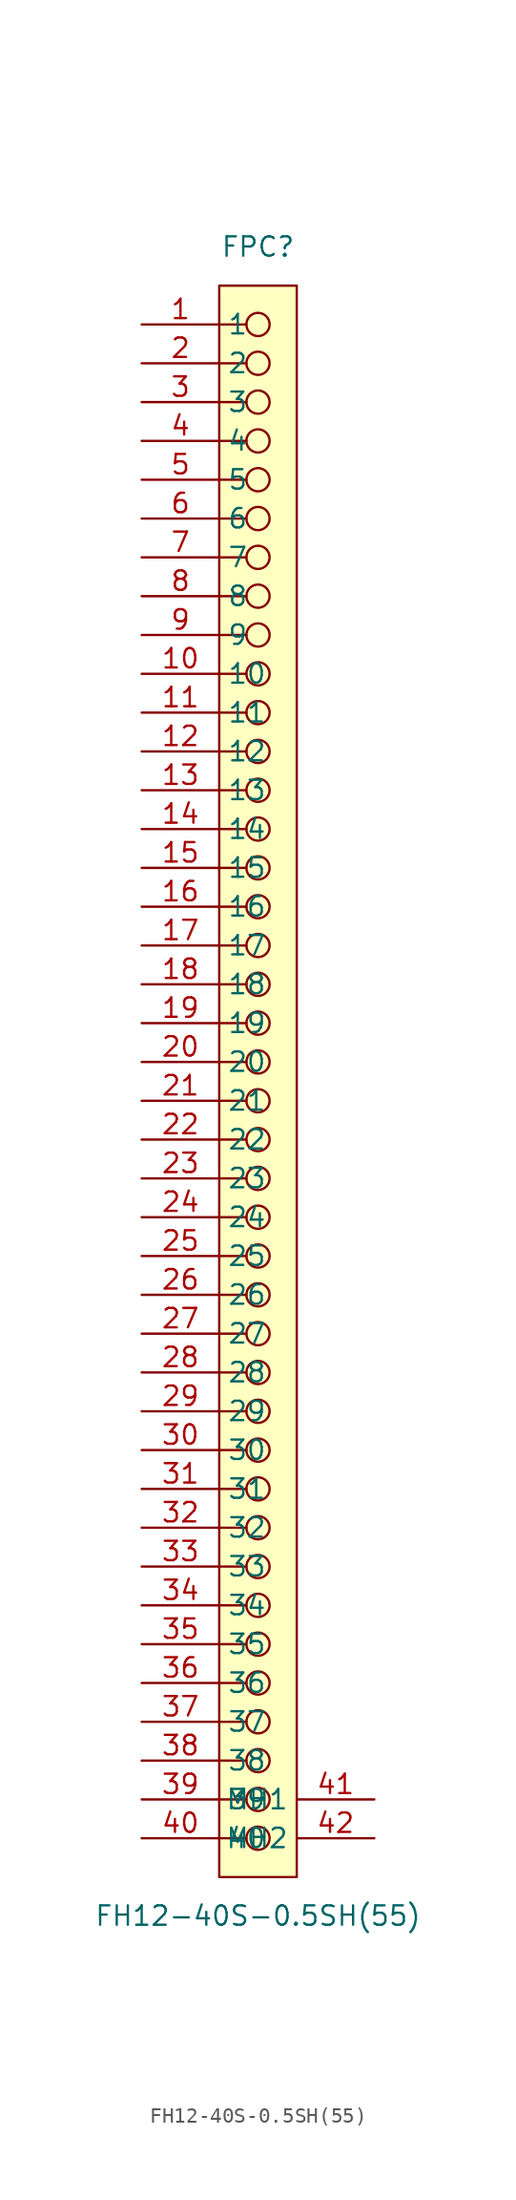
<source format=kicad_sym>
(kicad_symbol_lib
  (version 20211014)
  (generator https://github.com/uPesy/easyeda2kicad.py)
  (symbol "FH12-40S-0.5SH(55)"
    (property "Reference" "FPC"
      (at 0 54.61 0)
      (effects (font (size 1.27 1.27))))
    (property "Value" "FH12-40S-0.5SH(55)"
      (at 0 -54.61 0)
      (effects (font (size 1.27 1.27))))
    (symbol "FH12-40S-0.5SH(55)_0_1"
      (circle (center 0.00 46.99) (radius 0.76) (stroke (width 0) (type default) (color 0 0 0 0)) (fill (type none)))
      (circle (center 0.00 41.91) (radius 0.76) (stroke (width 0) (type default) (color 0 0 0 0)) (fill (type none)))
      (circle (center 0.00 44.45) (radius 0.76) (stroke (width 0) (type default) (color 0 0 0 0)) (fill (type none)))
      (circle (center 0.00 39.37) (radius 0.76) (stroke (width 0) (type default) (color 0 0 0 0)) (fill (type none)))
      (circle (center 0.00 49.53) (radius 0.76) (stroke (width 0) (type default) (color 0 0 0 0)) (fill (type none)))
      (circle (center 0.00 36.83) (radius 0.76) (stroke (width 0) (type default) (color 0 0 0 0)) (fill (type none)))
      (circle (center 0.00 31.75) (radius 0.76) (stroke (width 0) (type default) (color 0 0 0 0)) (fill (type none)))
      (circle (center 0.00 34.29) (radius 0.76) (stroke (width 0) (type default) (color 0 0 0 0)) (fill (type none)))
      (circle (center 0.00 29.21) (radius 0.76) (stroke (width 0) (type default) (color 0 0 0 0)) (fill (type none)))
      (circle (center 0.00 26.67) (radius 0.76) (stroke (width 0) (type default) (color 0 0 0 0)) (fill (type none)))
      (circle (center 0.00 24.13) (radius 0.76) (stroke (width 0) (type default) (color 0 0 0 0)) (fill (type none)))
      (circle (center 0.00 21.59) (radius 0.76) (stroke (width 0) (type default) (color 0 0 0 0)) (fill (type none)))
      (circle (center 0.00 19.05) (radius 0.76) (stroke (width 0) (type default) (color 0 0 0 0)) (fill (type none)))
      (circle (center 0.00 16.51) (radius 0.76) (stroke (width 0) (type default) (color 0 0 0 0)) (fill (type none)))
      (circle (center 0.00 13.97) (radius 0.76) (stroke (width 0) (type default) (color 0 0 0 0)) (fill (type none)))
      (circle (center 0.00 11.43) (radius 0.76) (stroke (width 0) (type default) (color 0 0 0 0)) (fill (type none)))
      (circle (center 0.00 8.89) (radius 0.76) (stroke (width 0) (type default) (color 0 0 0 0)) (fill (type none)))
      (circle (center 0.00 6.35) (radius 0.76) (stroke (width 0) (type default) (color 0 0 0 0)) (fill (type none)))
      (circle (center 0.00 3.81) (radius 0.76) (stroke (width 0) (type default) (color 0 0 0 0)) (fill (type none)))
      (circle (center 0.00 1.27) (radius 0.76) (stroke (width 0) (type default) (color 0 0 0 0)) (fill (type none)))
      (circle (center 0.00 -1.27) (radius 0.76) (stroke (width 0) (type default) (color 0 0 0 0)) (fill (type none)))
      (circle (center 0.00 -3.81) (radius 0.76) (stroke (width 0) (type default) (color 0 0 0 0)) (fill (type none)))
      (circle (center 0.00 -6.35) (radius 0.76) (stroke (width 0) (type default) (color 0 0 0 0)) (fill (type none)))
      (circle (center 0.00 -8.89) (radius 0.76) (stroke (width 0) (type default) (color 0 0 0 0)) (fill (type none)))
      (circle (center 0.00 -11.43) (radius 0.76) (stroke (width 0) (type default) (color 0 0 0 0)) (fill (type none)))
      (circle (center 0.00 -13.97) (radius 0.76) (stroke (width 0) (type default) (color 0 0 0 0)) (fill (type none)))
      (circle (center 0.00 -16.51) (radius 0.76) (stroke (width 0) (type default) (color 0 0 0 0)) (fill (type none)))
      (circle (center 0.00 -19.05) (radius 0.76) (stroke (width 0) (type default) (color 0 0 0 0)) (fill (type none)))
      (circle (center 0.00 -21.59) (radius 0.76) (stroke (width 0) (type default) (color 0 0 0 0)) (fill (type none)))
      (circle (center 0.00 -24.13) (radius 0.76) (stroke (width 0) (type default) (color 0 0 0 0)) (fill (type none)))
      (circle (center 0.00 -26.67) (radius 0.76) (stroke (width 0) (type default) (color 0 0 0 0)) (fill (type none)))
      (circle (center 0.00 -29.21) (radius 0.76) (stroke (width 0) (type default) (color 0 0 0 0)) (fill (type none)))
      (circle (center 0.00 -31.75) (radius 0.76) (stroke (width 0) (type default) (color 0 0 0 0)) (fill (type none)))
      (circle (center 0.00 -34.29) (radius 0.76) (stroke (width 0) (type default) (color 0 0 0 0)) (fill (type none)))
      (circle (center 0.00 -36.83) (radius 0.76) (stroke (width 0) (type default) (color 0 0 0 0)) (fill (type none)))
      (circle (center 0.00 -39.37) (radius 0.76) (stroke (width 0) (type default) (color 0 0 0 0)) (fill (type none)))
      (circle (center 0.00 -41.91) (radius 0.76) (stroke (width 0) (type default) (color 0 0 0 0)) (fill (type none)))
      (circle (center 0.00 -44.45) (radius 0.76) (stroke (width 0) (type default) (color 0 0 0 0)) (fill (type none)))
      (circle (center 0.00 -46.99) (radius 0.76) (stroke (width 0) (type default) (color 0 0 0 0)) (fill (type none)))
      (circle (center 0.00 -49.53) (radius 0.76) (stroke (width 0) (type default) (color 0 0 0 0)) (fill (type none)))
      (polyline (pts (xy -2.54 46.99) (xy -0.76 46.99)) (stroke (width 0) (type default) (color 0 0 0 0)) (fill (type none)))
      (polyline (pts (xy -2.54 41.91) (xy -0.76 41.91)) (stroke (width 0) (type default) (color 0 0 0 0)) (fill (type none)))
      (polyline (pts (xy -2.54 44.45) (xy -0.76 44.45)) (stroke (width 0) (type default) (color 0 0 0 0)) (fill (type none)))
      (polyline (pts (xy -2.54 39.37) (xy -0.76 39.37)) (stroke (width 0) (type default) (color 0 0 0 0)) (fill (type none)))
      (polyline (pts (xy -2.54 49.53) (xy -0.76 49.53)) (stroke (width 0) (type default) (color 0 0 0 0)) (fill (type none)))
      (polyline (pts (xy -2.54 36.83) (xy -0.76 36.83)) (stroke (width 0) (type default) (color 0 0 0 0)) (fill (type none)))
      (polyline (pts (xy -2.54 31.75) (xy -0.76 31.75)) (stroke (width 0) (type default) (color 0 0 0 0)) (fill (type none)))
      (polyline (pts (xy -2.54 34.29) (xy -0.76 34.29)) (stroke (width 0) (type default) (color 0 0 0 0)) (fill (type none)))
      (polyline (pts (xy -2.54 29.21) (xy -0.76 29.21)) (stroke (width 0) (type default) (color 0 0 0 0)) (fill (type none)))
      (polyline (pts (xy -2.54 26.67) (xy -0.76 26.67)) (stroke (width 0) (type default) (color 0 0 0 0)) (fill (type none)))
      (polyline (pts (xy -2.54 24.13) (xy -0.76 24.13)) (stroke (width 0) (type default) (color 0 0 0 0)) (fill (type none)))
      (polyline (pts (xy -2.54 21.59) (xy -0.76 21.59)) (stroke (width 0) (type default) (color 0 0 0 0)) (fill (type none)))
      (polyline (pts (xy -2.54 19.05) (xy -0.76 19.05)) (stroke (width 0) (type default) (color 0 0 0 0)) (fill (type none)))
      (polyline (pts (xy -2.54 16.51) (xy -0.76 16.51)) (stroke (width 0) (type default) (color 0 0 0 0)) (fill (type none)))
      (polyline (pts (xy -2.54 13.97) (xy -0.76 13.97)) (stroke (width 0) (type default) (color 0 0 0 0)) (fill (type none)))
      (polyline (pts (xy -2.54 11.43) (xy -0.76 11.43)) (stroke (width 0) (type default) (color 0 0 0 0)) (fill (type none)))
      (polyline (pts (xy -2.54 8.89) (xy -0.76 8.89)) (stroke (width 0) (type default) (color 0 0 0 0)) (fill (type none)))
      (polyline (pts (xy -2.54 6.35) (xy -0.76 6.35)) (stroke (width 0) (type default) (color 0 0 0 0)) (fill (type none)))
      (polyline (pts (xy -2.54 3.81) (xy -0.76 3.81)) (stroke (width 0) (type default) (color 0 0 0 0)) (fill (type none)))
      (polyline (pts (xy -2.54 1.27) (xy -0.76 1.27)) (stroke (width 0) (type default) (color 0 0 0 0)) (fill (type none)))
      (polyline (pts (xy -2.54 -1.27) (xy -0.76 -1.27)) (stroke (width 0) (type default) (color 0 0 0 0)) (fill (type none)))
      (polyline (pts (xy -2.54 -3.81) (xy -0.76 -3.81)) (stroke (width 0) (type default) (color 0 0 0 0)) (fill (type none)))
      (polyline (pts (xy -2.54 -6.35) (xy -0.76 -6.35)) (stroke (width 0) (type default) (color 0 0 0 0)) (fill (type none)))
      (polyline (pts (xy -2.54 -8.89) (xy -0.76 -8.89)) (stroke (width 0) (type default) (color 0 0 0 0)) (fill (type none)))
      (polyline (pts (xy -2.54 -11.43) (xy -0.76 -11.43)) (stroke (width 0) (type default) (color 0 0 0 0)) (fill (type none)))
      (polyline (pts (xy -2.54 -13.97) (xy -0.76 -13.97)) (stroke (width 0) (type default) (color 0 0 0 0)) (fill (type none)))
      (polyline (pts (xy -2.54 -16.51) (xy -0.76 -16.51)) (stroke (width 0) (type default) (color 0 0 0 0)) (fill (type none)))
      (polyline (pts (xy -2.54 -19.05) (xy -0.76 -19.05)) (stroke (width 0) (type default) (color 0 0 0 0)) (fill (type none)))
      (polyline (pts (xy -2.54 -21.59) (xy -0.76 -21.59)) (stroke (width 0) (type default) (color 0 0 0 0)) (fill (type none)))
      (polyline (pts (xy -2.54 -24.13) (xy -0.76 -24.13)) (stroke (width 0) (type default) (color 0 0 0 0)) (fill (type none)))
      (polyline (pts (xy -2.54 -26.67) (xy -0.76 -26.67)) (stroke (width 0) (type default) (color 0 0 0 0)) (fill (type none)))
      (polyline (pts (xy -2.54 -29.21) (xy -0.76 -29.21)) (stroke (width 0) (type default) (color 0 0 0 0)) (fill (type none)))
      (polyline (pts (xy -2.54 -31.75) (xy -0.76 -31.75)) (stroke (width 0) (type default) (color 0 0 0 0)) (fill (type none)))
      (polyline (pts (xy -2.54 -34.29) (xy -0.76 -34.29)) (stroke (width 0) (type default) (color 0 0 0 0)) (fill (type none)))
      (polyline (pts (xy -2.54 -36.83) (xy -0.76 -36.83)) (stroke (width 0) (type default) (color 0 0 0 0)) (fill (type none)))
      (polyline (pts (xy -2.54 -39.37) (xy -0.76 -39.37)) (stroke (width 0) (type default) (color 0 0 0 0)) (fill (type none)))
      (polyline (pts (xy -2.54 -41.91) (xy -0.76 -41.91)) (stroke (width 0) (type default) (color 0 0 0 0)) (fill (type none)))
      (polyline (pts (xy -2.54 -44.45) (xy -0.76 -44.45)) (stroke (width 0) (type default) (color 0 0 0 0)) (fill (type none)))
      (polyline (pts (xy -2.54 -46.99) (xy -0.76 -46.99)) (stroke (width 0) (type default) (color 0 0 0 0)) (fill (type none)))
      (polyline (pts (xy -2.54 -49.53) (xy -0.76 -49.53)) (stroke (width 0) (type default) (color 0 0 0 0)) (fill (type none)))
      (polyline (pts (xy -2.54 52.07) (xy 2.54 52.07) (xy 2.54 -52.07) (xy -2.54 -52.07) (xy -2.54 52.07)) (stroke (width 0) (type default) (color 0 0 0 0)) (fill (type background)))
      (pin unspecified line (at -7.62 46.99 0) (length 5.08) (name "2" (effects (font (size 1.27 1.27)))) (number "2" (effects (font (size 1.27 1.27)))))
      (pin unspecified line (at -7.62 44.45 0) (length 5.08) (name "3" (effects (font (size 1.27 1.27)))) (number "3" (effects (font (size 1.27 1.27)))))
      (pin unspecified line (at -7.62 41.91 0) (length 5.08) (name "4" (effects (font (size 1.27 1.27)))) (number "4" (effects (font (size 1.27 1.27)))))
      (pin unspecified line (at -7.62 39.37 0) (length 5.08) (name "5" (effects (font (size 1.27 1.27)))) (number "5" (effects (font (size 1.27 1.27)))))
      (pin unspecified line (at -7.62 36.83 0) (length 5.08) (name "6" (effects (font (size 1.27 1.27)))) (number "6" (effects (font (size 1.27 1.27)))))
      (pin unspecified line (at -7.62 34.29 0) (length 5.08) (name "7" (effects (font (size 1.27 1.27)))) (number "7" (effects (font (size 1.27 1.27)))))
      (pin unspecified line (at -7.62 31.75 0) (length 5.08) (name "8" (effects (font (size 1.27 1.27)))) (number "8" (effects (font (size 1.27 1.27)))))
      (pin unspecified line (at -7.62 49.53 0) (length 5.08) (name "1" (effects (font (size 1.27 1.27)))) (number "1" (effects (font (size 1.27 1.27)))))
      (pin unspecified line (at 7.62 -46.99 180) (length 5.08) (name "MH1" (effects (font (size 1.27 1.27)))) (number "41" (effects (font (size 1.27 1.27)))))
      (pin unspecified line (at 7.62 -49.53 180) (length 5.08) (name "MH2" (effects (font (size 1.27 1.27)))) (number "42" (effects (font (size 1.27 1.27)))))
      (pin unspecified line (at -7.62 29.21 0) (length 5.08) (name "9" (effects (font (size 1.27 1.27)))) (number "9" (effects (font (size 1.27 1.27)))))
      (pin unspecified line (at -7.62 26.67 0) (length 5.08) (name "10" (effects (font (size 1.27 1.27)))) (number "10" (effects (font (size 1.27 1.27)))))
      (pin unspecified line (at -7.62 24.13 0) (length 5.08) (name "11" (effects (font (size 1.27 1.27)))) (number "11" (effects (font (size 1.27 1.27)))))
      (pin unspecified line (at -7.62 21.59 0) (length 5.08) (name "12" (effects (font (size 1.27 1.27)))) (number "12" (effects (font (size 1.27 1.27)))))
      (pin unspecified line (at -7.62 19.05 0) (length 5.08) (name "13" (effects (font (size 1.27 1.27)))) (number "13" (effects (font (size 1.27 1.27)))))
      (pin unspecified line (at -7.62 16.51 0) (length 5.08) (name "14" (effects (font (size 1.27 1.27)))) (number "14" (effects (font (size 1.27 1.27)))))
      (pin unspecified line (at -7.62 13.97 0) (length 5.08) (name "15" (effects (font (size 1.27 1.27)))) (number "15" (effects (font (size 1.27 1.27)))))
      (pin unspecified line (at -7.62 11.43 0) (length 5.08) (name "16" (effects (font (size 1.27 1.27)))) (number "16" (effects (font (size 1.27 1.27)))))
      (pin unspecified line (at -7.62 8.89 0) (length 5.08) (name "17" (effects (font (size 1.27 1.27)))) (number "17" (effects (font (size 1.27 1.27)))))
      (pin unspecified line (at -7.62 6.35 0) (length 5.08) (name "18" (effects (font (size 1.27 1.27)))) (number "18" (effects (font (size 1.27 1.27)))))
      (pin unspecified line (at -7.62 3.81 0) (length 5.08) (name "19" (effects (font (size 1.27 1.27)))) (number "19" (effects (font (size 1.27 1.27)))))
      (pin unspecified line (at -7.62 1.27 0) (length 5.08) (name "20" (effects (font (size 1.27 1.27)))) (number "20" (effects (font (size 1.27 1.27)))))
      (pin unspecified line (at -7.62 -1.27 0) (length 5.08) (name "21" (effects (font (size 1.27 1.27)))) (number "21" (effects (font (size 1.27 1.27)))))
      (pin unspecified line (at -7.62 -3.81 0) (length 5.08) (name "22" (effects (font (size 1.27 1.27)))) (number "22" (effects (font (size 1.27 1.27)))))
      (pin unspecified line (at -7.62 -6.35 0) (length 5.08) (name "23" (effects (font (size 1.27 1.27)))) (number "23" (effects (font (size 1.27 1.27)))))
      (pin unspecified line (at -7.62 -8.89 0) (length 5.08) (name "24" (effects (font (size 1.27 1.27)))) (number "24" (effects (font (size 1.27 1.27)))))
      (pin unspecified line (at -7.62 -11.43 0) (length 5.08) (name "25" (effects (font (size 1.27 1.27)))) (number "25" (effects (font (size 1.27 1.27)))))
      (pin unspecified line (at -7.62 -13.97 0) (length 5.08) (name "26" (effects (font (size 1.27 1.27)))) (number "26" (effects (font (size 1.27 1.27)))))
      (pin unspecified line (at -7.62 -16.51 0) (length 5.08) (name "27" (effects (font (size 1.27 1.27)))) (number "27" (effects (font (size 1.27 1.27)))))
      (pin unspecified line (at -7.62 -19.05 0) (length 5.08) (name "28" (effects (font (size 1.27 1.27)))) (number "28" (effects (font (size 1.27 1.27)))))
      (pin unspecified line (at -7.62 -21.59 0) (length 5.08) (name "29" (effects (font (size 1.27 1.27)))) (number "29" (effects (font (size 1.27 1.27)))))
      (pin unspecified line (at -7.62 -24.13 0) (length 5.08) (name "30" (effects (font (size 1.27 1.27)))) (number "30" (effects (font (size 1.27 1.27)))))
      (pin unspecified line (at -7.62 -26.67 0) (length 5.08) (name "31" (effects (font (size 1.27 1.27)))) (number "31" (effects (font (size 1.27 1.27)))))
      (pin unspecified line (at -7.62 -29.21 0) (length 5.08) (name "32" (effects (font (size 1.27 1.27)))) (number "32" (effects (font (size 1.27 1.27)))))
      (pin unspecified line (at -7.62 -31.75 0) (length 5.08) (name "33" (effects (font (size 1.27 1.27)))) (number "33" (effects (font (size 1.27 1.27)))))
      (pin unspecified line (at -7.62 -34.29 0) (length 5.08) (name "34" (effects (font (size 1.27 1.27)))) (number "34" (effects (font (size 1.27 1.27)))))
      (pin unspecified line (at -7.62 -36.83 0) (length 5.08) (name "35" (effects (font (size 1.27 1.27)))) (number "35" (effects (font (size 1.27 1.27)))))
      (pin unspecified line (at -7.62 -39.37 0) (length 5.08) (name "36" (effects (font (size 1.27 1.27)))) (number "36" (effects (font (size 1.27 1.27)))))
      (pin unspecified line (at -7.62 -41.91 0) (length 5.08) (name "37" (effects (font (size 1.27 1.27)))) (number "37" (effects (font (size 1.27 1.27)))))
      (pin unspecified line (at -7.62 -44.45 0) (length 5.08) (name "38" (effects (font (size 1.27 1.27)))) (number "38" (effects (font (size 1.27 1.27)))))
      (pin unspecified line (at -7.62 -46.99 0) (length 5.08) (name "39" (effects (font (size 1.27 1.27)))) (number "39" (effects (font (size 1.27 1.27)))))
      (pin unspecified line (at -7.62 -49.53 0) (length 5.08) (name "40" (effects (font (size 1.27 1.27)))) (number "40" (effects (font (size 1.27 1.27))))))))
</source>
